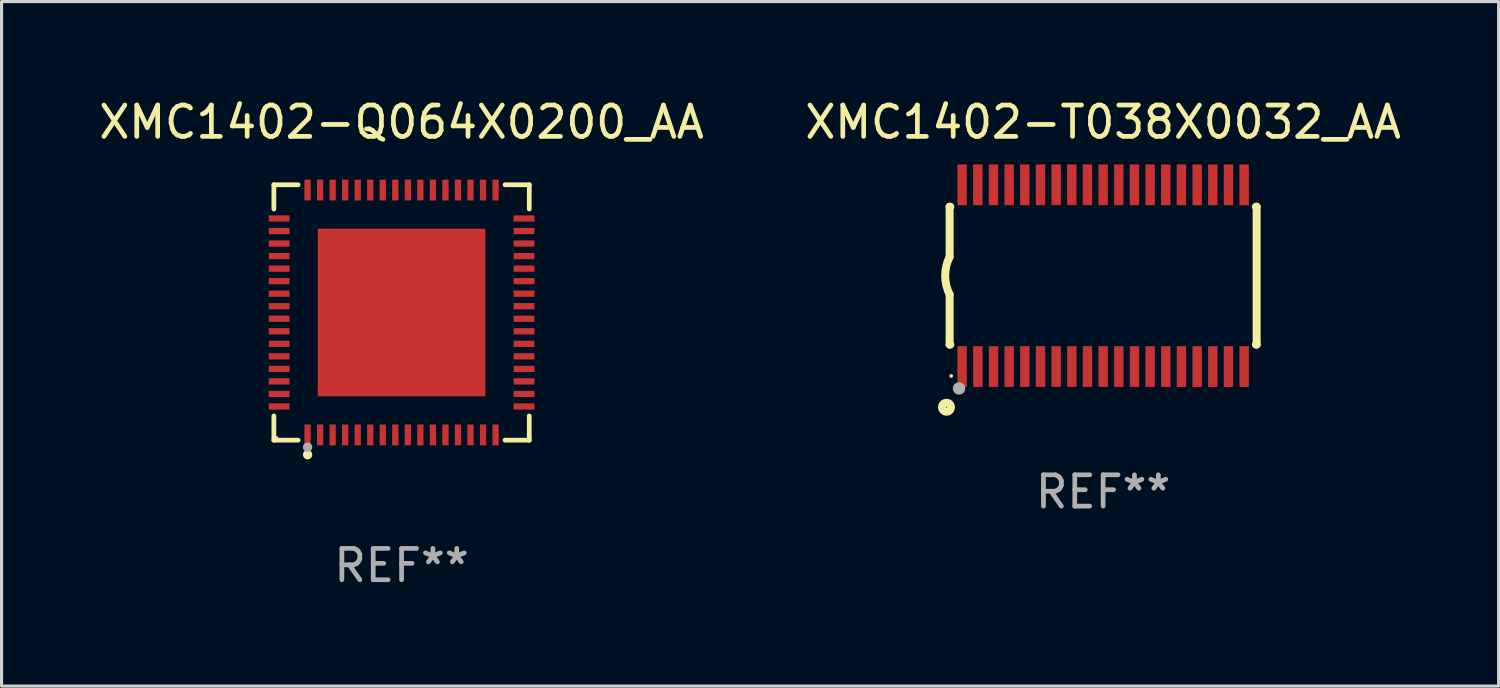
<source format=kicad_pcb>
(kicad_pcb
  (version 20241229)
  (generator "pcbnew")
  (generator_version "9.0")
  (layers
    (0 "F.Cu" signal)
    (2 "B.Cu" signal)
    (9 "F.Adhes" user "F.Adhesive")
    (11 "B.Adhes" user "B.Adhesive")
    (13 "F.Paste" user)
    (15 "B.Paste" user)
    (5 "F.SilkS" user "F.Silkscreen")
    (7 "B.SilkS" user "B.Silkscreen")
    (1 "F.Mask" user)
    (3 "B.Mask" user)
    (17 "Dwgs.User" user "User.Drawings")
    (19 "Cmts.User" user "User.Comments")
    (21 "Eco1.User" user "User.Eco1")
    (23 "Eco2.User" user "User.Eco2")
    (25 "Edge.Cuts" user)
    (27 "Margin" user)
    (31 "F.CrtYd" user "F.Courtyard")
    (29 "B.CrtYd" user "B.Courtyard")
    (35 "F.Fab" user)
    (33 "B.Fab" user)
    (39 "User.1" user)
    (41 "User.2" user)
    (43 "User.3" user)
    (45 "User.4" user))
  (footprint "XMC1402-T038X0032_AA"
    (layer "F.Cu")
    (at 32.161 5.749)
    (property "Reference" "XMC1402-T038X0032_AA" (at 0 -4.901 0) (layer "F.SilkS") (effects (font (size 1 1) (thickness 0.15))))
    (attr through_hole)
    (fp_line (start -4.9 -2.2) (end -4.9 -0.6) (stroke (width 0.254) (type solid)) (layer "F.SilkS"))
    (fp_line (start -4.9 -2.2) (end -4.876 -2.2) (stroke (width 0.254) (type solid)) (layer "F.SilkS"))
    (fp_line (start -4.9 2.2) (end -4.9 0.6) (stroke (width 0.254) (type solid)) (layer "F.SilkS"))
    (fp_line (start -4.9 2.2) (end -4.877 2.2) (stroke (width 0.254) (type solid)) (layer "F.SilkS"))
    (fp_line (start 4.876 -2.2) (end 4.9 -2.2) (stroke (width 0.254) (type solid)) (layer "F.SilkS"))
    (fp_line (start 4.877 2.2) (end 4.9 2.2) (stroke (width 0.254) (type solid)) (layer "F.SilkS"))
    (fp_line (start 4.9 -2.2) (end 4.9 2.2) (stroke (width 0.254) (type solid)) (layer "F.SilkS"))
    (fp_arc (start -4.900051 0.599822) (mid -5.041652 -0.000095) (end -4.9 -0.6) (stroke (width 0.254001) (type solid)) (layer "F.SilkS"))
    (fp_circle (center -5 4.2) (end -4.857 4.2) (stroke (width 0.254) (type solid)) (fill no) (layer "F.SilkS"))
    (fp_circle (center -4.85 3.2) (end -4.82 3.2) (stroke (width 0.06) (type solid)) (fill no) (layer "F.SilkS"))
    (fp_circle (center -4.6 3.6) (end -4.5 3.6) (stroke (width 0.2) (type solid)) (fill no) (layer "F.Fab"))
    (fp_text user "REF**" (at 0 6.901 0) (layer "F.Fab") (effects (font (size 1 1) (thickness 0.15))))
    (pad "1" smd rect (at -4.501 2.899 90) (size 1.3 0.3) (layers "F.Cu" "F.Mask" "F.Paste"))
    (pad "2" smd rect (at -3.999 2.901 90) (size 1.3 0.3) (layers "F.Cu" "F.Mask" "F.Paste"))
    (pad "3" smd rect (at -3.498 2.901 90) (size 1.3 0.3) (layers "F.Cu" "F.Mask" "F.Paste"))
    (pad "4" smd rect (at -2.999 2.901 90) (size 1.3 0.3) (layers "F.Cu" "F.Mask" "F.Paste"))
    (pad "5" smd rect (at -2.499 2.901 90) (size 1.3 0.3) (layers "F.Cu" "F.Mask" "F.Paste"))
    (pad "6" smd rect (at -1.999 2.901 90) (size 1.3 0.3) (layers "F.Cu" "F.Mask" "F.Paste"))
    (pad "7" smd rect (at -1.499 2.901 90) (size 1.3 0.3) (layers "F.Cu" "F.Mask" "F.Paste"))
    (pad "8" smd rect (at -0.999 2.901 90) (size 1.3 0.3) (layers "F.Cu" "F.Mask" "F.Paste"))
    (pad "9" smd rect (at -0.499 2.901 90) (size 1.3 0.3) (layers "F.Cu" "F.Mask" "F.Paste"))
    (pad "10" smd rect (at 0.001 2.901 90) (size 1.3 0.3) (layers "F.Cu" "F.Mask" "F.Paste"))
    (pad "11" smd rect (at 0.501 2.901 90) (size 1.3 0.3) (layers "F.Cu" "F.Mask" "F.Paste"))
    (pad "12" smd rect (at 1.001 2.901 90) (size 1.3 0.3) (layers "F.Cu" "F.Mask" "F.Paste"))
    (pad "13" smd rect (at 1.501 2.901 90) (size 1.3 0.3) (layers "F.Cu" "F.Mask" "F.Paste"))
    (pad "14" smd rect (at 2.001 2.901 90) (size 1.3 0.3) (layers "F.Cu" "F.Mask" "F.Paste"))
    (pad "15" smd rect (at 2.501 2.901 90) (size 1.3 0.3) (layers "F.Cu" "F.Mask" "F.Paste"))
    (pad "16" smd rect (at 3.001 2.901 90) (size 1.3 0.3) (layers "F.Cu" "F.Mask" "F.Paste"))
    (pad "17" smd rect (at 3.501 2.901 90) (size 1.3 0.3) (layers "F.Cu" "F.Mask" "F.Paste"))
    (pad "18" smd rect (at 4.001 2.901 90) (size 1.3 0.3) (layers "F.Cu" "F.Mask" "F.Paste"))
    (pad "19" smd rect (at 4.501 2.901 90) (size 1.3 0.3) (layers "F.Cu" "F.Mask" "F.Paste"))
    (pad "20" smd rect (at 4.501 -2.899 90) (size 1.3 0.3) (layers "F.Cu" "F.Mask" "F.Paste"))
    (pad "21" smd rect (at 4.001 -2.9 90) (size 1.3 0.3) (layers "F.Cu" "F.Mask" "F.Paste"))
    (pad "22" smd rect (at 3.501 -2.899 90) (size 1.3 0.3) (layers "F.Cu" "F.Mask" "F.Paste"))
    (pad "23" smd rect (at 3.002 -2.899 90) (size 1.3 0.3) (layers "F.Cu" "F.Mask" "F.Paste"))
    (pad "24" smd rect (at 2.499 -2.901 90) (size 1.3 0.3) (layers "F.Cu" "F.Mask" "F.Paste"))
    (pad "25" smd rect (at 2 -2.9 90) (size 1.3 0.3) (layers "F.Cu" "F.Mask" "F.Paste"))
    (pad "26" smd rect (at 1.5 -2.9 90) (size 1.3 0.3) (layers "F.Cu" "F.Mask" "F.Paste"))
    (pad "27" smd rect (at 1 -2.9 90) (size 1.3 0.3) (layers "F.Cu" "F.Mask" "F.Paste"))
    (pad "28" smd rect (at 0.5 -2.9 90) (size 1.3 0.3) (layers "F.Cu" "F.Mask" "F.Paste"))
    (pad "29" smd rect (at 0.000127 -2.9 90) (size 1.3 0.3) (layers "F.Cu" "F.Mask" "F.Paste"))
    (pad "30" smd rect (at -0.5 -2.9 90) (size 1.3 0.3) (layers "F.Cu" "F.Mask" "F.Paste"))
    (pad "31" smd rect (at -1 -2.9 90) (size 1.3 0.3) (layers "F.Cu" "F.Mask" "F.Paste"))
    (pad "32" smd rect (at -1.5 -2.9 90) (size 1.3 0.3) (layers "F.Cu" "F.Mask" "F.Paste"))
    (pad "33" smd rect (at -2 -2.9 90) (size 1.3 0.3) (layers "F.Cu" "F.Mask" "F.Paste"))
    (pad "34" smd rect (at -2.5 -2.9 90) (size 1.3 0.3) (layers "F.Cu" "F.Mask" "F.Paste"))
    (pad "35" smd rect (at -3 -2.9 90) (size 1.3 0.3) (layers "F.Cu" "F.Mask" "F.Paste"))
    (pad "36" smd rect (at -3.5 -2.9 90) (size 1.3 0.3) (layers "F.Cu" "F.Mask" "F.Paste"))
    (pad "37" smd rect (at -4 -2.9 90) (size 1.3 0.3) (layers "F.Cu" "F.Mask" "F.Paste"))
    (pad "38" smd rect (at -4.5 -2.9 90) (size 1.3 0.3) (layers "F.Cu" "F.Mask" "F.Paste")))
  (footprint "XMC1402-Q064X0200_AA"
    (layer "F.Cu")
    (at 9.768 6.924)
    (property "Reference" "XMC1402-Q064X0200_AA" (at 0 -6.076 0) (layer "F.SilkS") (effects (font (size 1 1) (thickness 0.15))))
    (attr through_hole)
    (fp_line (start -4.076 -4.076) (end -3.303 -4.076) (stroke (width 0.152) (type solid)) (layer "F.SilkS"))
    (fp_line (start -4.076 -3.303) (end -4.076 -4.076) (stroke (width 0.152) (type solid)) (layer "F.SilkS"))
    (fp_line (start -4.076 3.303) (end -4.076 4.076) (stroke (width 0.152) (type solid)) (layer "F.SilkS"))
    (fp_line (start -4.076 4.076) (end -3.303 4.076) (stroke (width 0.152) (type solid)) (layer "F.SilkS"))
    (fp_line (start 4.076 -4.076) (end 3.303 -4.076) (stroke (width 0.152) (type solid)) (layer "F.SilkS"))
    (fp_line (start 4.076 -3.303) (end 4.076 -4.076) (stroke (width 0.152) (type solid)) (layer "F.SilkS"))
    (fp_line (start 4.076 3.303) (end 4.076 4.076) (stroke (width 0.152) (type solid)) (layer "F.SilkS"))
    (fp_line (start 4.076 4.076) (end 3.303 4.076) (stroke (width 0.152) (type solid)) (layer "F.SilkS"))
    (fp_circle (center -4 4) (end -3.97 4) (stroke (width 0.06) (type solid)) (fill no) (layer "F.SilkS"))
    (fp_circle (center -3 4.54) (end -2.925 4.54) (stroke (width 0.15) (type solid)) (fill no) (layer "F.SilkS"))
    (fp_circle (center -3 4.3) (end -2.925 4.3) (stroke (width 0.15) (type solid)) (fill no) (layer "F.Fab"))
    (fp_text user "REF**" (at 0 8.076 0) (layer "F.Fab") (effects (font (size 1 1) (thickness 0.15))))
    (pad "1" smd rect (at -3 3.908) (size 0.2 0.665) (layers "F.Cu" "F.Mask" "F.Paste"))
    (pad "2" smd rect (at -2.6 3.908) (size 0.2 0.665) (layers "F.Cu" "F.Mask" "F.Paste"))
    (pad "3" smd rect (at -2.2 3.908) (size 0.2 0.665) (layers "F.Cu" "F.Mask" "F.Paste"))
    (pad "4" smd rect (at -1.8 3.908) (size 0.2 0.665) (layers "F.Cu" "F.Mask" "F.Paste"))
    (pad "5" smd rect (at -1.4 3.908) (size 0.2 0.665) (layers "F.Cu" "F.Mask" "F.Paste"))
    (pad "6" smd rect (at -1 3.908) (size 0.2 0.665) (layers "F.Cu" "F.Mask" "F.Paste"))
    (pad "7" smd rect (at -0.6 3.908) (size 0.2 0.665) (layers "F.Cu" "F.Mask" "F.Paste"))
    (pad "8" smd rect (at -0.2 3.908) (size 0.2 0.665) (layers "F.Cu" "F.Mask" "F.Paste"))
    (pad "9" smd rect (at 0.2 3.908) (size 0.2 0.665) (layers "F.Cu" "F.Mask" "F.Paste"))
    (pad "10" smd rect (at 0.6 3.908) (size 0.2 0.665) (layers "F.Cu" "F.Mask" "F.Paste"))
    (pad "11" smd rect (at 1 3.908) (size 0.2 0.665) (layers "F.Cu" "F.Mask" "F.Paste"))
    (pad "12" smd rect (at 1.4 3.908) (size 0.2 0.665) (layers "F.Cu" "F.Mask" "F.Paste"))
    (pad "13" smd rect (at 1.8 3.908) (size 0.2 0.665) (layers "F.Cu" "F.Mask" "F.Paste"))
    (pad "14" smd rect (at 2.2 3.908) (size 0.2 0.665) (layers "F.Cu" "F.Mask" "F.Paste"))
    (pad "15" smd rect (at 2.6 3.908) (size 0.2 0.665) (layers "F.Cu" "F.Mask" "F.Paste"))
    (pad "16" smd rect (at 3 3.908) (size 0.2 0.665) (layers "F.Cu" "F.Mask" "F.Paste"))
    (pad "17" smd rect (at 3.908 3) (size 0.665 0.2) (layers "F.Cu" "F.Mask" "F.Paste"))
    (pad "18" smd rect (at 3.908 2.6) (size 0.665 0.2) (layers "F.Cu" "F.Mask" "F.Paste"))
    (pad "19" smd rect (at 3.908 2.2) (size 0.665 0.2) (layers "F.Cu" "F.Mask" "F.Paste"))
    (pad "20" smd rect (at 3.908 1.8) (size 0.665 0.2) (layers "F.Cu" "F.Mask" "F.Paste"))
    (pad "21" smd rect (at 3.908 1.4) (size 0.665 0.2) (layers "F.Cu" "F.Mask" "F.Paste"))
    (pad "22" smd rect (at 3.908 1) (size 0.665 0.2) (layers "F.Cu" "F.Mask" "F.Paste"))
    (pad "23" smd rect (at 3.908 0.6) (size 0.665 0.2) (layers "F.Cu" "F.Mask" "F.Paste"))
    (pad "24" smd rect (at 3.908 0.2) (size 0.665 0.2) (layers "F.Cu" "F.Mask" "F.Paste"))
    (pad "25" smd rect (at 3.908 -0.2) (size 0.665 0.2) (layers "F.Cu" "F.Mask" "F.Paste"))
    (pad "26" smd rect (at 3.908 -0.6) (size 0.665 0.2) (layers "F.Cu" "F.Mask" "F.Paste"))
    (pad "27" smd rect (at 3.908 -1) (size 0.665 0.2) (layers "F.Cu" "F.Mask" "F.Paste"))
    (pad "28" smd rect (at 3.908 -1.4) (size 0.665 0.2) (layers "F.Cu" "F.Mask" "F.Paste"))
    (pad "29" smd rect (at 3.908 -1.8) (size 0.665 0.2) (layers "F.Cu" "F.Mask" "F.Paste"))
    (pad "30" smd rect (at 3.908 -2.2) (size 0.665 0.2) (layers "F.Cu" "F.Mask" "F.Paste"))
    (pad "31" smd rect (at 3.908 -2.6) (size 0.665 0.2) (layers "F.Cu" "F.Mask" "F.Paste"))
    (pad "32" smd rect (at 3.908 -3) (size 0.665 0.2) (layers "F.Cu" "F.Mask" "F.Paste"))
    (pad "33" smd rect (at 3 -3.908) (size 0.2 0.665) (layers "F.Cu" "F.Mask" "F.Paste"))
    (pad "34" smd rect (at 2.6 -3.908) (size 0.2 0.665) (layers "F.Cu" "F.Mask" "F.Paste"))
    (pad "35" smd rect (at 2.2 -3.908) (size 0.2 0.665) (layers "F.Cu" "F.Mask" "F.Paste"))
    (pad "36" smd rect (at 1.8 -3.908) (size 0.2 0.665) (layers "F.Cu" "F.Mask" "F.Paste"))
    (pad "37" smd rect (at 1.4 -3.908) (size 0.2 0.665) (layers "F.Cu" "F.Mask" "F.Paste"))
    (pad "38" smd rect (at 1 -3.908) (size 0.2 0.665) (layers "F.Cu" "F.Mask" "F.Paste"))
    (pad "39" smd rect (at 0.6 -3.908) (size 0.2 0.665) (layers "F.Cu" "F.Mask" "F.Paste"))
    (pad "40" smd rect (at 0.2 -3.908) (size 0.2 0.665) (layers "F.Cu" "F.Mask" "F.Paste"))
    (pad "41" smd rect (at -0.2 -3.908) (size 0.2 0.665) (layers "F.Cu" "F.Mask" "F.Paste"))
    (pad "42" smd rect (at -0.6 -3.908) (size 0.2 0.665) (layers "F.Cu" "F.Mask" "F.Paste"))
    (pad "43" smd rect (at -1 -3.908) (size 0.2 0.665) (layers "F.Cu" "F.Mask" "F.Paste"))
    (pad "44" smd rect (at -1.4 -3.908) (size 0.2 0.665) (layers "F.Cu" "F.Mask" "F.Paste"))
    (pad "45" smd rect (at -1.8 -3.908) (size 0.2 0.665) (layers "F.Cu" "F.Mask" "F.Paste"))
    (pad "46" smd rect (at -2.2 -3.908) (size 0.2 0.665) (layers "F.Cu" "F.Mask" "F.Paste"))
    (pad "47" smd rect (at -2.6 -3.908) (size 0.2 0.665) (layers "F.Cu" "F.Mask" "F.Paste"))
    (pad "48" smd rect (at -3 -3.908) (size 0.2 0.665) (layers "F.Cu" "F.Mask" "F.Paste"))
    (pad "49" smd rect (at -3.908 -3) (size 0.665 0.2) (layers "F.Cu" "F.Mask" "F.Paste"))
    (pad "50" smd rect (at -3.908 -2.6) (size 0.665 0.2) (layers "F.Cu" "F.Mask" "F.Paste"))
    (pad "51" smd rect (at -3.908 -2.2) (size 0.665 0.2) (layers "F.Cu" "F.Mask" "F.Paste"))
    (pad "52" smd rect (at -3.908 -1.8) (size 0.665 0.2) (layers "F.Cu" "F.Mask" "F.Paste"))
    (pad "53" smd rect (at -3.908 -1.4) (size 0.665 0.2) (layers "F.Cu" "F.Mask" "F.Paste"))
    (pad "54" smd rect (at -3.908 -1) (size 0.665 0.2) (layers "F.Cu" "F.Mask" "F.Paste"))
    (pad "55" smd rect (at -3.908 -0.6) (size 0.665 0.2) (layers "F.Cu" "F.Mask" "F.Paste"))
    (pad "56" smd rect (at -3.908 -0.2) (size 0.665 0.2) (layers "F.Cu" "F.Mask" "F.Paste"))
    (pad "57" smd rect (at -3.908 0.2) (size 0.665 0.2) (layers "F.Cu" "F.Mask" "F.Paste"))
    (pad "58" smd rect (at -3.908 0.6) (size 0.665 0.2) (layers "F.Cu" "F.Mask" "F.Paste"))
    (pad "59" smd rect (at -3.908 1) (size 0.665 0.2) (layers "F.Cu" "F.Mask" "F.Paste"))
    (pad "60" smd rect (at -3.908 1.4) (size 0.665 0.2) (layers "F.Cu" "F.Mask" "F.Paste"))
    (pad "61" smd rect (at -3.908 1.8) (size 0.665 0.2) (layers "F.Cu" "F.Mask" "F.Paste"))
    (pad "62" smd rect (at -3.908 2.2) (size 0.665 0.2) (layers "F.Cu" "F.Mask" "F.Paste"))
    (pad "63" smd rect (at -3.908 2.6) (size 0.665 0.2) (layers "F.Cu" "F.Mask" "F.Paste"))
    (pad "64" smd rect (at -3.908 3) (size 0.665 0.2) (layers "F.Cu" "F.Mask" "F.Paste"))
    (pad "65" smd rect (at 0 0) (size 5.35 5.35) (layers "F.Cu" "F.Mask" "F.Paste")))
  (gr_rect
    (start -3 -3)
    (end 44.786 18.849)
    (stroke (width 0.1) (type default))
    (fill no)
    (layer "Edge.Cuts")))
</source>
